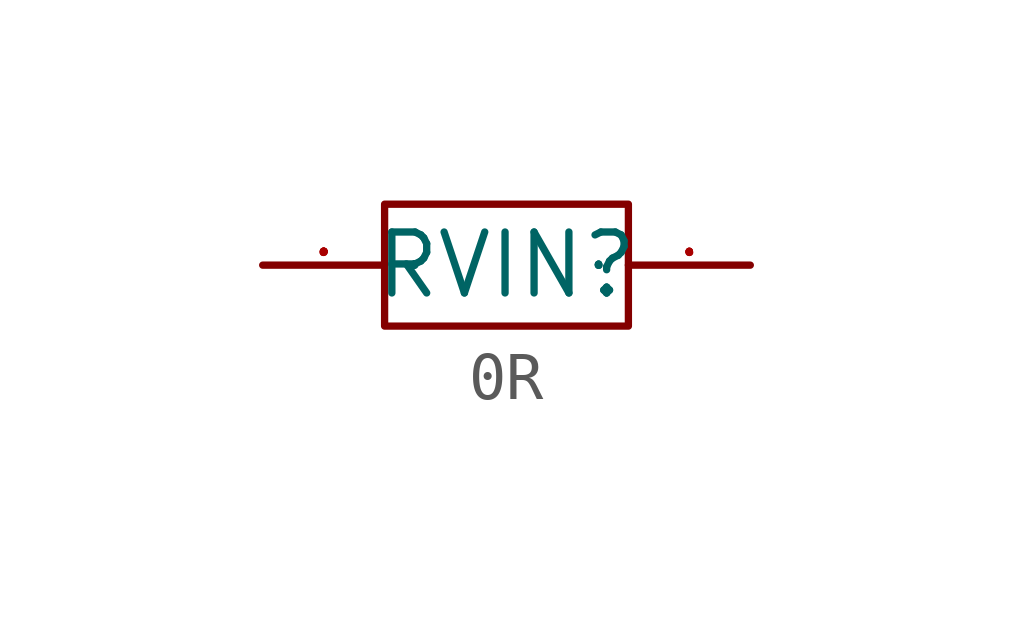
<source format=kicad_sym>
(kicad_symbol_lib
  (version 20231120)
  (generator "kicad_symbol_editor")
  (generator_version "8.0")
  (symbol "0R"
    (property "Reference" "RVIN"
      (at 0 0 0)
      (effects (font (size 1.27 1.27))))
    (property "Value" ""
      (at 0 0 0)
      (effects (font (size 1.27 1.27))))
    (symbol "0R_1_0"
      (rectangle (start -2.54 -1.27) (end 2.54 1.27) (stroke (width 0) (type default)) (fill (type none)))
      (pin unspecified line (at 5.08 0 180) (length 2.54) (name "1" (effects (font (size 0.025 0.025)))) (number "1" (effects (font (size 0.025 0.025)))))
      (pin unspecified line (at -5.08 0 0) (length 2.54) (name "2" (effects (font (size 0.025 0.025)))) (number "2" (effects (font (size 0.025 0.025))))))))
</source>
